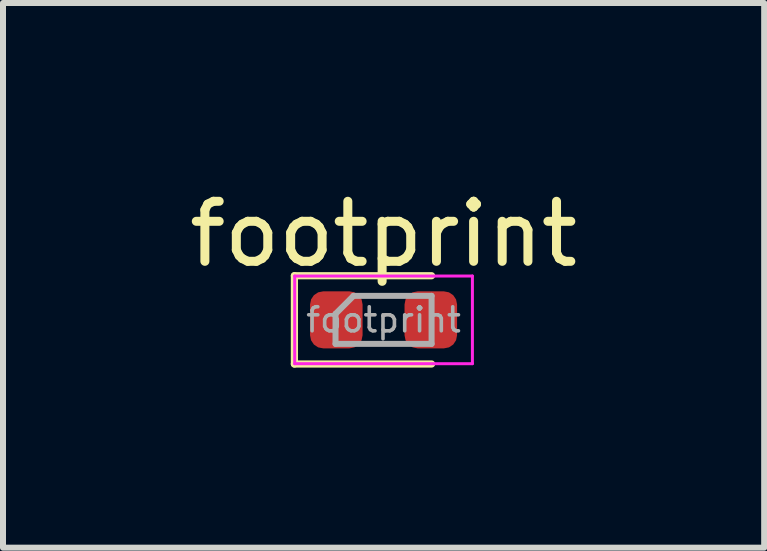
<source format=kicad_pcb>
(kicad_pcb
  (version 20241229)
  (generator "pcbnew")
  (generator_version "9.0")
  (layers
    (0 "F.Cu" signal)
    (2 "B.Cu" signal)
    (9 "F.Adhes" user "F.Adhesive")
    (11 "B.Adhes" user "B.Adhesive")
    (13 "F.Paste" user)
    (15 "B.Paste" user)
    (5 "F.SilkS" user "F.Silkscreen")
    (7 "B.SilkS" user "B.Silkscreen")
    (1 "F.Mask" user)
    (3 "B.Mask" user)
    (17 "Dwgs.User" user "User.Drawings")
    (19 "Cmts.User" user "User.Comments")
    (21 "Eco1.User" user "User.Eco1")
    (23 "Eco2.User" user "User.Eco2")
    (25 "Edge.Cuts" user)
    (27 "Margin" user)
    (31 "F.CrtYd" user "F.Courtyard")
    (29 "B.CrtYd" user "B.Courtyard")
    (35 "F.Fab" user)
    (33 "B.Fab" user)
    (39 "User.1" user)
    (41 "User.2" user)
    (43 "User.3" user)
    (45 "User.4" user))
  (footprint "footprint"
    (layer "F.Cu")
    (at 3.339 2.278)
    (property "Reference" "footprint" (at 0 -1.43 0) (layer "F.SilkS") (effects (font (size 1 1) (thickness 0.15))))
    (attr smd)
    (fp_line (start -1.485 -0.735) (end -1.485 0.735) (stroke (width 0.12) (type solid)) (layer "F.SilkS"))
    (fp_line (start -1.485 0.735) (end 0.8 0.735) (stroke (width 0.12) (type solid)) (layer "F.SilkS"))
    (fp_line (start 0.8 -0.735) (end -1.485 -0.735) (stroke (width 0.12) (type solid)) (layer "F.SilkS"))
    (fp_line (start -1.48 -0.73) (end 1.48 -0.73) (stroke (width 0.05) (type solid)) (layer "F.CrtYd"))
    (fp_line (start -1.48 0.73) (end -1.48 -0.73) (stroke (width 0.05) (type solid)) (layer "F.CrtYd"))
    (fp_line (start 1.48 -0.73) (end 1.48 0.73) (stroke (width 0.05) (type solid)) (layer "F.CrtYd"))
    (fp_line (start 1.48 0.73) (end -1.48 0.73) (stroke (width 0.05) (type solid)) (layer "F.CrtYd"))
    (fp_line (start -0.8 -0.1) (end -0.8 0.4) (stroke (width 0.1) (type solid)) (layer "F.Fab"))
    (fp_line (start -0.8 0.4) (end 0.8 0.4) (stroke (width 0.1) (type solid)) (layer "F.Fab"))
    (fp_line (start -0.5 -0.4) (end -0.8 -0.1) (stroke (width 0.1) (type solid)) (layer "F.Fab"))
    (fp_line (start 0.8 -0.4) (end -0.5 -0.4) (stroke (width 0.1) (type solid)) (layer "F.Fab"))
    (fp_line (start 0.8 0.4) (end 0.8 -0.4) (stroke (width 0.1) (type solid)) (layer "F.Fab"))
    (fp_text user "${REFERENCE}" (at 0 0 0) (layer "F.Fab") (effects (font (size 0.4 0.4) (thickness 0.06))))
    (pad "1" smd roundrect (at -0.787 0) (size 0.875 0.95) (layers "F.Cu" "F.Mask" "F.Paste") (roundrect_rratio 0.25))
    (pad "2" smd roundrect (at 0.787 0) (size 0.875 0.95) (layers "F.Cu" "F.Mask" "F.Paste") (roundrect_rratio 0.25)))
  (gr_rect
    (start -3 -3)
    (end 9.679 6.073)
    (stroke (width 0.1) (type default))
    (fill no)
    (layer "Edge.Cuts")))
</source>
